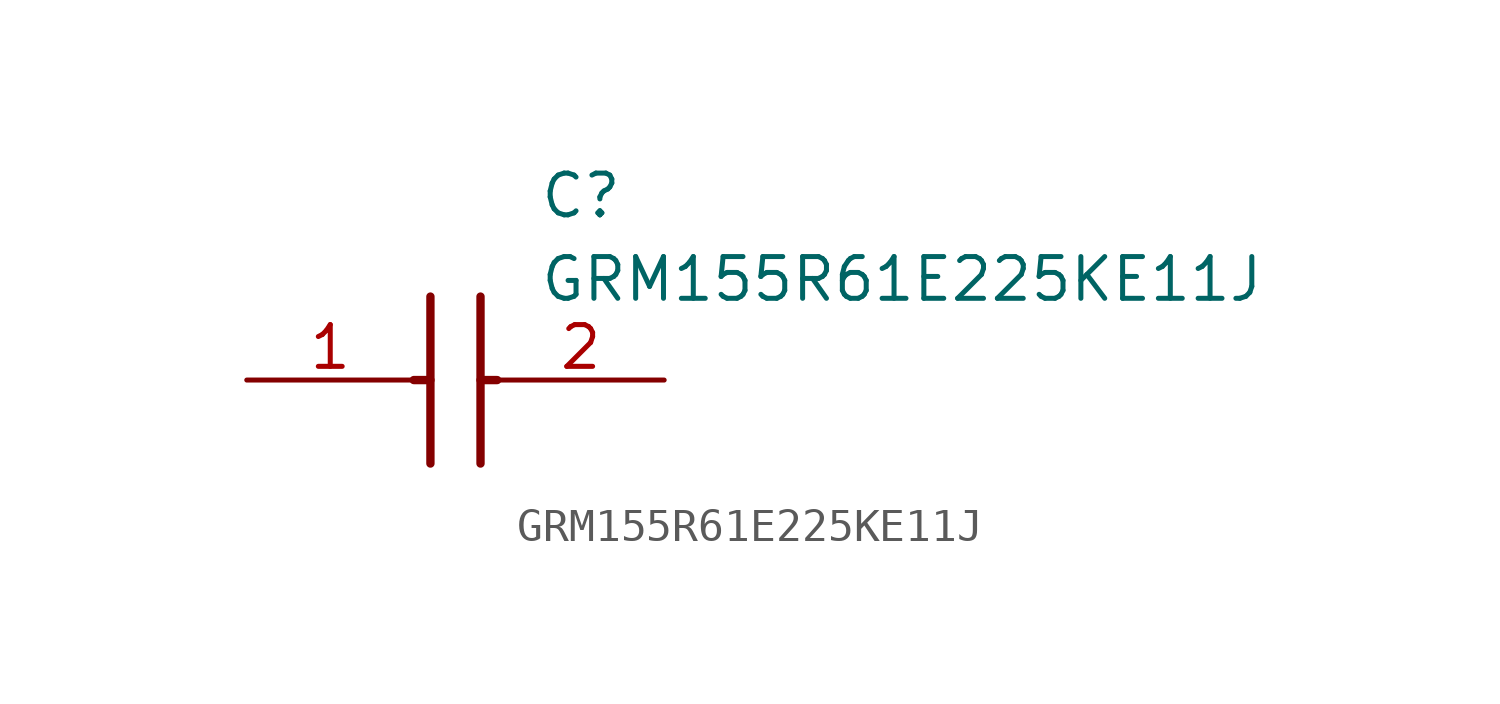
<source format=kicad_sym>
(kicad_symbol_lib
  (version 20211014)
  (generator SamacSys_ECAD_Model)
  (symbol "GRM155R61E225KE11J"
    (pin_names hide)
    (property "Reference" "C"
      (at 8.89 6.35 0)
      (effects (font (size 1.27 1.27)) (justify left top)))
    (property "Value" "GRM155R61E225KE11J"
      (at 8.89 3.81 0)
      (effects (font (size 1.27 1.27)) (justify left top)))
    (polyline
      (pts (xy 5.588 2.54) (xy 5.588 -2.54))
      (stroke (width 0.254) (type default))
      (fill (type none)))
    (polyline
      (pts (xy 7.112 2.54) (xy 7.112 -2.54))
      (stroke (width 0.254) (type default))
      (fill (type none)))
    (polyline
      (pts (xy 5.08 0) (xy 5.588 0))
      (stroke (width 0.254) (type default))
      (fill (type none)))
    (polyline
      (pts (xy 7.112 0) (xy 7.62 0))
      (stroke (width 0.254) (type default))
      (fill (type none)))
    (pin passive line
      (at 0 0 0)
      (length 5.08)
      (name "1" (effects (font (size 1.27 1.27))))
      (number "1" (effects (font (size 1.27 1.27)))))
    (pin passive line
      (at 12.7 0 180)
      (length 5.08)
      (name "2" (effects (font (size 1.27 1.27))))
      (number "2" (effects (font (size 1.27 1.27)))))))
</source>
